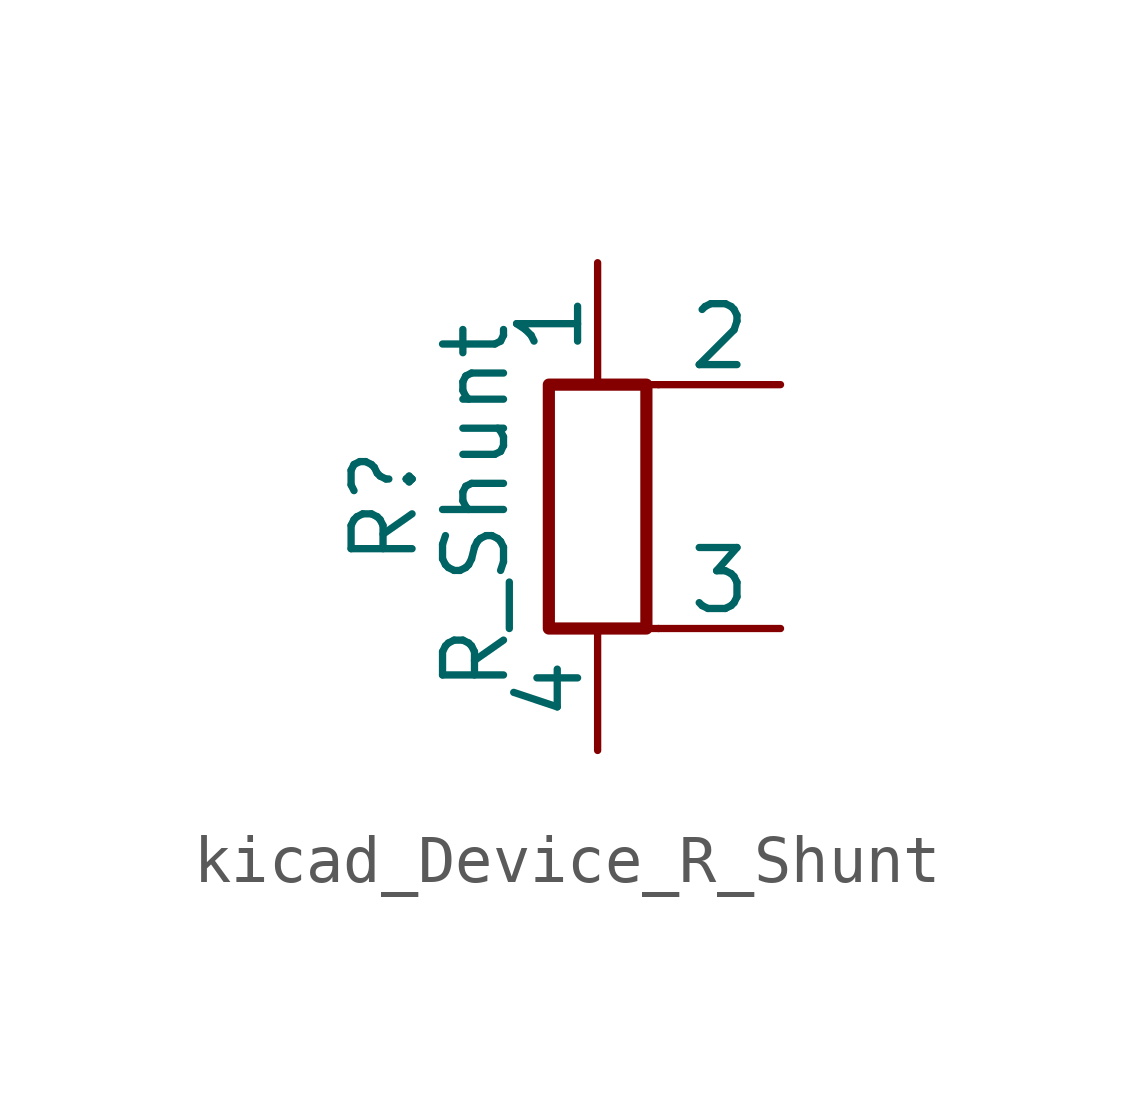
<source format=kicad_sym>
(kicad_symbol_lib
  (version 20220914)
  (generator kicad_symbol_editor)
  (symbol "kicad_Device_R_Shunt"
    (pin_numbers hide)
    (pin_names
      (offset 0))
    (property "Reference" "R"
      (at -4.445 0 90)
      (effects (font (size 1.27 1.27))))
    (property "Value" "R_Shunt"
      (at -2.54 0 90)
      (effects (font (size 1.27 1.27))))
    (symbol "kicad_Device_R_Shunt_0_1"
      (rectangle (start -1.016 -2.54) (end 1.016 2.54) (stroke (width 0.254) (type default)) (fill (type none)))
      (polyline (pts (xy 0 -2.54) (xy 1.27 -2.54)) (stroke (width 0) (type default)) (fill (type none)))
      (polyline (pts (xy 1.27 2.54) (xy 0 2.54)) (stroke (width 0) (type default)) (fill (type none))))
    (symbol "kicad_Device_R_Shunt_1_1"
      (pin passive line (at 0 5.08 270) (length 2.54) (name "1" (effects (font (size 1.27 1.27)))) (number "1" (effects (font (size 1.27 1.27)))))
      (pin passive line (at 3.81 2.54 180) (length 2.54) (name "2" (effects (font (size 1.27 1.27)))) (number "2" (effects (font (size 1.27 1.27)))))
      (pin passive line (at 3.81 -2.54 180) (length 2.54) (name "3" (effects (font (size 1.27 1.27)))) (number "3" (effects (font (size 1.27 1.27)))))
      (pin passive line (at 0 -5.08 90) (length 2.54) (name "4" (effects (font (size 1.27 1.27)))) (number "4" (effects (font (size 1.27 1.27))))))))
</source>
